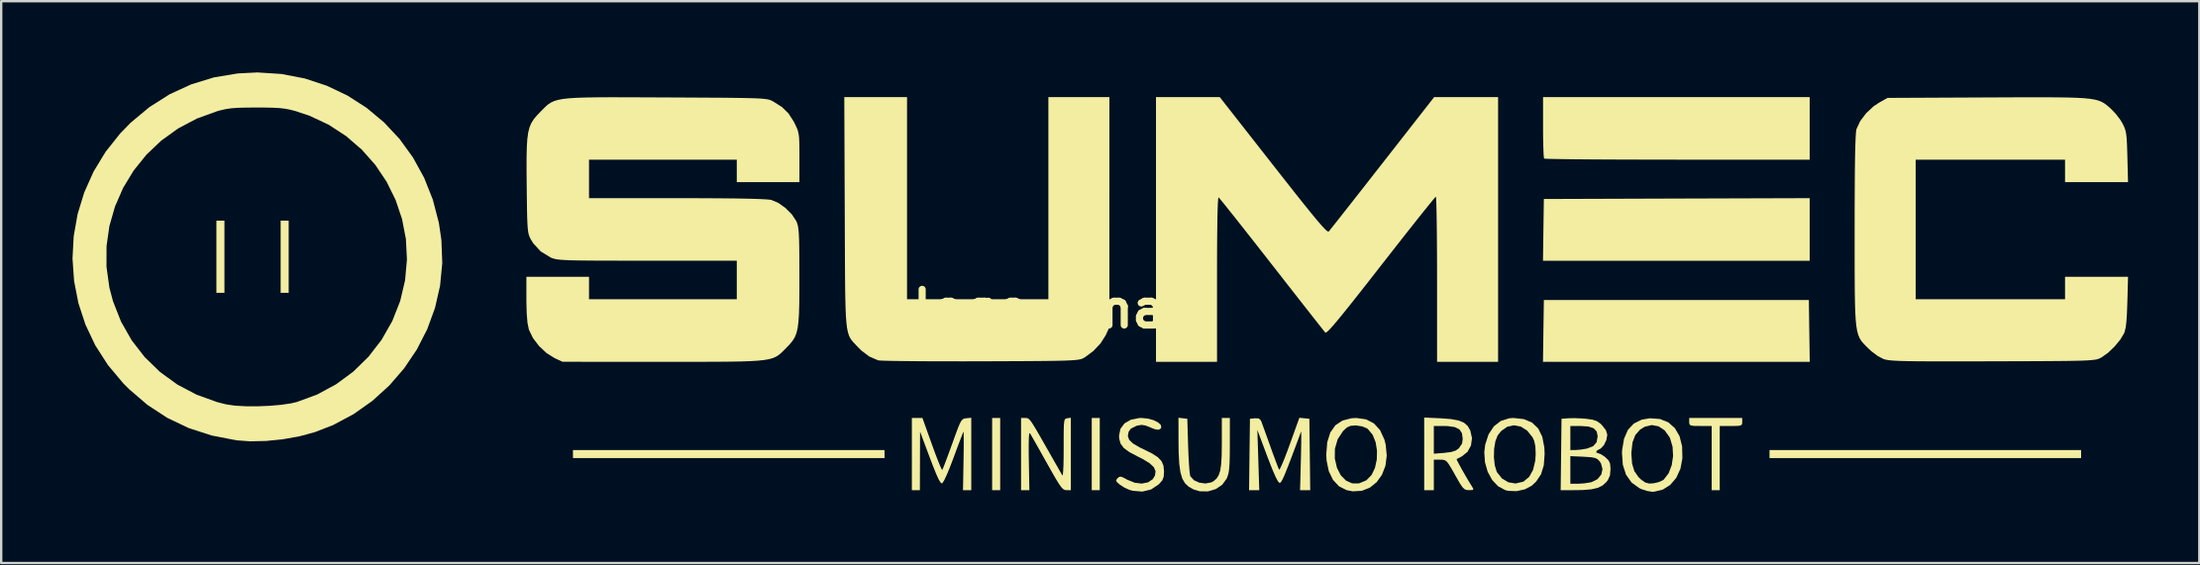
<source format=kicad_pcb>
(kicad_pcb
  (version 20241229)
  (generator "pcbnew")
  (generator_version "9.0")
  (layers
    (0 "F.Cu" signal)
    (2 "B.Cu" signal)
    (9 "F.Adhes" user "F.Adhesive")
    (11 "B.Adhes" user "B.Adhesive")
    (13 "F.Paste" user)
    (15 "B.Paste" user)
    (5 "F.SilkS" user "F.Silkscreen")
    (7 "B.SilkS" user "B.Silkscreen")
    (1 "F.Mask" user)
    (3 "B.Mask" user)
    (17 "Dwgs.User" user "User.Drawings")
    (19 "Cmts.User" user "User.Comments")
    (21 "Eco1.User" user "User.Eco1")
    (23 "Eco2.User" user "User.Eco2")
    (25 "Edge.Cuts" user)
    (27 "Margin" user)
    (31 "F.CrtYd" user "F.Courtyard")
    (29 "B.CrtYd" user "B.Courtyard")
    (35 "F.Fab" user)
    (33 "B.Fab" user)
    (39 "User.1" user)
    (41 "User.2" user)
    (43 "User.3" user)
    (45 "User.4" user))
  (footprint "logo small"
    (layer "F.Cu")
    (at 41.45 9.955)
    (property "Reference" "logo small" (at 0 0 0) (layer "F.SilkS") (effects (font (size 1.5 1.5) (thickness 0.3))))
    (attr board_only exclude_from_pos_files exclude_from_bom)
    (fp_poly (pts (xy -35.06 -2.195) (xy -35.06 -0.676) (xy -35.229 -0.676) (xy -35.398 -0.676) (xy -35.398 -2.195) (xy -35.398 -3.715) (xy -35.229 -3.715) (xy -35.06 -3.715)) (stroke (width 0) (type solid)) (fill yes) (layer "F.SilkS"))
    (fp_poly (pts (xy -32.358 -2.195) (xy -32.358 -0.676) (xy -32.527 -0.676) (xy -32.696 -0.676) (xy -32.696 -2.195) (xy -32.696 -3.715) (xy -32.527 -3.715) (xy -32.358 -3.715)) (stroke (width 0) (type solid)) (fill yes) (layer "F.SilkS"))
    (fp_poly (pts (xy -7.296 6.114) (xy -7.296 6.282) (xy -13.848 6.282) (xy -20.401 6.282) (xy -20.401 6.114) (xy -20.401 5.945) (xy -13.848 5.945) (xy -7.296 5.945)) (stroke (width 0) (type solid)) (fill yes) (layer "F.SilkS"))
    (fp_poly (pts (xy -2.432 6.114) (xy -2.432 7.634) (xy -2.601 7.634) (xy -2.77 7.634) (xy -2.77 6.114) (xy -2.77 4.594) (xy -2.601 4.594) (xy -2.432 4.594)) (stroke (width 0) (type solid)) (fill yes) (layer "F.SilkS"))
    (fp_poly (pts (xy 1.756 6.114) (xy 1.756 7.634) (xy 1.587 7.634) (xy 1.419 7.634) (xy 1.419 6.114) (xy 1.419 4.594) (xy 1.587 4.594) (xy 1.756 4.594)) (stroke (width 0) (type solid)) (fill yes) (layer "F.SilkS"))
    (fp_poly (pts (xy 31.599 0.929) (xy 31.618 2.229) (xy 26.008 2.229) (xy 20.398 2.229) (xy 20.416 0.929) (xy 20.435 -0.372) (xy 26.008 -0.372) (xy 31.581 -0.372)) (stroke (width 0) (type solid)) (fill yes) (layer "F.SilkS"))
    (fp_poly (pts (xy 31.615 -3.344) (xy 31.615 -2.027) (xy 26.007 -2.027) (xy 20.398 -2.027) (xy 20.416 -3.327) (xy 20.435 -4.627) (xy 26.025 -4.645) (xy 31.615 -4.662)) (stroke (width 0) (type solid)) (fill yes) (layer "F.SilkS"))
    (fp_poly (pts (xy 43.031 6.114) (xy 43.031 6.282) (xy 36.479 6.282) (xy 29.926 6.282) (xy 29.926 6.114) (xy 29.926 5.945) (xy 36.479 5.945) (xy 43.031 5.945)) (stroke (width 0) (type solid)) (fill yes) (layer "F.SilkS"))
    (fp_poly (pts (xy 28.778 4.763) (xy 28.771 4.851) (xy 28.73 4.901) (xy 28.627 4.925) (xy 28.431 4.931) (xy 28.305 4.931) (xy 27.832 4.931) (xy 27.832 6.282) (xy 27.832 7.634) (xy 27.663 7.634) (xy 27.494 7.634) (xy 27.494 6.282) (xy 27.494 4.931) (xy 27.021 4.931) (xy 26.774 4.929) (xy 26.633 4.914) (xy 26.568 4.877) (xy 26.549 4.808) (xy 26.548 4.763) (xy 26.548 4.594) (xy 27.663 4.594) (xy 28.778 4.594)) (stroke (width 0) (type solid)) (fill yes) (layer "F.SilkS"))
    (fp_poly (pts (xy 31.615 -7.6) (xy 31.615 -6.282) (xy 26.053 -6.282) (xy 25.198 -6.283) (xy 24.382 -6.285) (xy 23.615 -6.287) (xy 22.907 -6.29) (xy 22.269 -6.294) (xy 21.71 -6.299) (xy 21.24 -6.305) (xy 20.87 -6.311) (xy 20.61 -6.317) (xy 20.469 -6.324) (xy 20.446 -6.327) (xy 20.432 -6.406) (xy 20.42 -6.598) (xy 20.41 -6.882) (xy 20.403 -7.235) (xy 20.401 -7.635) (xy 20.401 -7.645) (xy 20.401 -8.917) (xy 26.008 -8.917) (xy 31.615 -8.917)) (stroke (width 0) (type solid)) (fill yes) (layer "F.SilkS"))
    (fp_poly (pts (xy 5.252 4.606) (xy 5.438 4.627) (xy 5.473 5.776) (xy 5.488 6.164) (xy 5.507 6.51) (xy 5.528 6.791) (xy 5.55 6.979) (xy 5.565 7.045) (xy 5.713 7.212) (xy 5.94 7.317) (xy 6.2 7.352) (xy 6.446 7.306) (xy 6.545 7.253) (xy 6.667 7.146) (xy 6.757 7.007) (xy 6.821 6.816) (xy 6.861 6.553) (xy 6.883 6.199) (xy 6.89 5.733) (xy 6.89 5.643) (xy 6.89 4.594) (xy 7.059 4.594) (xy 7.228 4.594) (xy 7.227 5.725) (xy 7.224 6.159) (xy 7.216 6.483) (xy 7.201 6.72) (xy 7.176 6.896) (xy 7.138 7.035) (xy 7.094 7.146) (xy 6.907 7.405) (xy 6.635 7.588) (xy 6.31 7.684) (xy 5.966 7.682) (xy 5.708 7.606) (xy 5.503 7.493) (xy 5.345 7.347) (xy 5.229 7.149) (xy 5.149 6.882) (xy 5.1 6.529) (xy 5.075 6.073) (xy 5.069 5.653) (xy 5.066 4.585)) (stroke (width 0) (type solid)) (fill yes) (layer "F.SilkS"))
    (fp_poly (pts (xy 12.955 4.651) (xy 13.288 4.823) (xy 13.545 5.105) (xy 13.725 5.496) (xy 13.782 5.715) (xy 13.827 6.182) (xy 13.771 6.61) (xy 13.625 6.986) (xy 13.403 7.296) (xy 13.117 7.526) (xy 12.779 7.659) (xy 12.402 7.683) (xy 12.133 7.631) (xy 11.815 7.468) (xy 11.565 7.198) (xy 11.389 6.833) (xy 11.296 6.387) (xy 11.292 6.299) (xy 11.642 6.299) (xy 11.734 6.697) (xy 11.896 7.011) (xy 12.114 7.231) (xy 12.372 7.347) (xy 12.657 7.348) (xy 12.954 7.225) (xy 12.977 7.21) (xy 13.188 6.994) (xy 13.332 6.694) (xy 13.408 6.343) (xy 13.417 5.972) (xy 13.359 5.615) (xy 13.233 5.302) (xy 13.039 5.066) (xy 12.983 5.025) (xy 12.791 4.948) (xy 12.549 4.91) (xy 12.506 4.909) (xy 12.302 4.925) (xy 12.152 4.992) (xy 11.994 5.14) (xy 11.984 5.151) (xy 11.761 5.492) (xy 11.646 5.895) (xy 11.642 6.299) (xy 11.292 6.299) (xy 11.283 6.128) (xy 11.324 5.616) (xy 11.452 5.207) (xy 11.665 4.902) (xy 11.966 4.701) (xy 12.352 4.604) (xy 12.552 4.594)) (stroke (width 0) (type solid)) (fill yes) (layer "F.SilkS"))
    (fp_poly (pts (xy 19.593 4.642) (xy 19.939 4.788) (xy 20.197 5.035) (xy 20.368 5.384) (xy 20.455 5.837) (xy 20.467 6.116) (xy 20.432 6.586) (xy 20.316 6.964) (xy 20.111 7.271) (xy 19.924 7.446) (xy 19.638 7.598) (xy 19.291 7.674) (xy 18.941 7.663) (xy 18.814 7.633) (xy 18.511 7.471) (xy 18.261 7.205) (xy 18.073 6.861) (xy 17.959 6.462) (xy 17.944 6.248) (xy 18.334 6.248) (xy 18.369 6.582) (xy 18.449 6.848) (xy 18.463 6.877) (xy 18.672 7.14) (xy 18.942 7.302) (xy 19.244 7.352) (xy 19.551 7.281) (xy 19.593 7.261) (xy 19.821 7.069) (xy 19.984 6.772) (xy 20.074 6.385) (xy 20.091 6.112) (xy 20.078 5.793) (xy 20.03 5.562) (xy 19.96 5.409) (xy 19.733 5.126) (xy 19.465 4.956) (xy 19.179 4.901) (xy 18.896 4.963) (xy 18.639 5.142) (xy 18.49 5.332) (xy 18.396 5.574) (xy 18.343 5.896) (xy 18.334 6.248) (xy 17.944 6.248) (xy 17.929 6.034) (xy 17.968 5.715) (xy 18.11 5.281) (xy 18.331 4.947) (xy 18.624 4.719) (xy 18.981 4.606) (xy 19.157 4.594)) (stroke (width 0) (type solid)) (fill yes) (layer "F.SilkS"))
    (fp_poly (pts (xy -3.648 6.109) (xy -3.648 7.634) (xy -3.822 7.634) (xy -3.996 7.634) (xy -3.974 6.389) (xy -3.968 5.998) (xy -3.965 5.66) (xy -3.966 5.395) (xy -3.969 5.224) (xy -3.975 5.168) (xy -4.005 5.236) (xy -4.073 5.41) (xy -4.171 5.668) (xy -4.291 5.989) (xy -4.391 6.261) (xy -4.544 6.662) (xy -4.677 6.984) (xy -4.785 7.213) (xy -4.861 7.334) (xy -4.882 7.35) (xy -4.937 7.315) (xy -5.015 7.188) (xy -5.121 6.958) (xy -5.259 6.615) (xy -5.391 6.269) (xy -5.802 5.168) (xy -5.806 6.401) (xy -5.81 7.634) (xy -5.978 7.634) (xy -6.147 7.634) (xy -6.147 6.114) (xy -6.147 4.594) (xy -5.925 4.594) (xy -5.702 4.594) (xy -5.304 5.707) (xy -5.174 6.065) (xy -5.057 6.371) (xy -4.962 6.605) (xy -4.896 6.748) (xy -4.87 6.784) (xy -4.836 6.711) (xy -4.765 6.532) (xy -4.666 6.27) (xy -4.547 5.946) (xy -4.453 5.687) (xy -4.313 5.298) (xy -4.208 5.017) (xy -4.129 4.827) (xy -4.064 4.71) (xy -4.004 4.646) (xy -3.939 4.617) (xy -3.861 4.606) (xy -3.648 4.585)) (stroke (width 0) (type solid)) (fill yes) (layer "F.SilkS"))
    (fp_poly (pts (xy 25.317 4.636) (xy 25.67 4.778) (xy 25.947 5.023) (xy 26.143 5.363) (xy 26.25 5.79) (xy 26.262 6.293) (xy 26.178 6.737) (xy 26.003 7.115) (xy 25.751 7.411) (xy 25.436 7.611) (xy 25.072 7.698) (xy 24.995 7.701) (xy 24.785 7.669) (xy 24.542 7.59) (xy 24.452 7.549) (xy 24.124 7.312) (xy 23.891 6.981) (xy 23.756 6.564) (xy 23.724 6.114) (xy 24.116 6.114) (xy 24.146 6.519) (xy 24.241 6.832) (xy 24.415 7.083) (xy 24.526 7.188) (xy 24.7 7.311) (xy 24.863 7.354) (xy 25.045 7.345) (xy 25.264 7.295) (xy 25.445 7.212) (xy 25.48 7.186) (xy 25.681 6.924) (xy 25.813 6.582) (xy 25.87 6.196) (xy 25.848 5.804) (xy 25.741 5.444) (xy 25.721 5.402) (xy 25.517 5.117) (xy 25.261 4.945) (xy 24.975 4.892) (xy 24.678 4.963) (xy 24.483 5.083) (xy 24.284 5.308) (xy 24.164 5.619) (xy 24.118 6.029) (xy 24.116 6.114) (xy 23.724 6.114) (xy 23.721 6.067) (xy 23.727 5.945) (xy 23.807 5.468) (xy 23.97 5.096) (xy 24.219 4.828) (xy 24.554 4.664) (xy 24.897 4.606)) (stroke (width 0) (type solid)) (fill yes) (layer "F.SilkS"))
    (fp_poly (pts (xy 10.361 4.607) (xy 10.572 4.627) (xy 10.59 6.13) (xy 10.608 7.634) (xy 10.395 7.634) (xy 10.181 7.634) (xy 10.215 6.367) (xy 10.224 5.976) (xy 10.23 5.641) (xy 10.232 5.381) (xy 10.23 5.217) (xy 10.224 5.167) (xy 10.223 5.168) (xy 10.005 5.756) (xy 9.828 6.229) (xy 9.686 6.6) (xy 9.575 6.879) (xy 9.49 7.079) (xy 9.426 7.212) (xy 9.378 7.29) (xy 9.341 7.324) (xy 9.321 7.33) (xy 9.255 7.267) (xy 9.154 7.078) (xy 9.017 6.763) (xy 8.842 6.319) (xy 8.803 6.215) (xy 8.385 5.1) (xy 8.425 6.367) (xy 8.465 7.634) (xy 8.251 7.634) (xy 8.036 7.634) (xy 8.054 6.13) (xy 8.073 4.627) (xy 8.284 4.607) (xy 8.443 4.612) (xy 8.53 4.693) (xy 8.565 4.776) (xy 8.613 4.909) (xy 8.696 5.139) (xy 8.803 5.436) (xy 8.923 5.769) (xy 8.946 5.836) (xy 9.063 6.159) (xy 9.167 6.439) (xy 9.247 6.648) (xy 9.294 6.762) (xy 9.3 6.773) (xy 9.334 6.735) (xy 9.405 6.588) (xy 9.505 6.351) (xy 9.625 6.042) (xy 9.746 5.713) (xy 10.151 4.586)) (stroke (width 0) (type solid)) (fill yes) (layer "F.SilkS"))
    (fp_poly (pts (xy 0.54 6.109) (xy 0.54 7.634) (xy 0.355 7.633) (xy 0.286 7.625) (xy 0.218 7.589) (xy 0.141 7.511) (xy 0.043 7.374) (xy -0.087 7.164) (xy -0.259 6.865) (xy -0.473 6.485) (xy -0.676 6.123) (xy -0.859 5.797) (xy -1.012 5.527) (xy -1.123 5.334) (xy -1.18 5.237) (xy -1.182 5.234) (xy -1.208 5.25) (xy -1.224 5.392) (xy -1.232 5.661) (xy -1.232 6.061) (xy -1.227 6.382) (xy -1.205 7.634) (xy -1.379 7.634) (xy -1.554 7.634) (xy -1.554 6.114) (xy -1.554 4.594) (xy -1.386 4.594) (xy -1.324 4.595) (xy -1.269 4.609) (xy -1.213 4.649) (xy -1.143 4.73) (xy -1.052 4.866) (xy -0.927 5.071) (xy -0.759 5.36) (xy -0.539 5.747) (xy -0.445 5.911) (xy -0.253 6.249) (xy -0.081 6.551) (xy 0.058 6.794) (xy 0.152 6.958) (xy 0.186 7.017) (xy 0.203 6.983) (xy 0.217 6.833) (xy 0.229 6.586) (xy 0.236 6.261) (xy 0.238 5.877) (xy 0.238 5.868) (xy 0.238 5.431) (xy 0.24 5.111) (xy 0.247 4.888) (xy 0.261 4.746) (xy 0.284 4.664) (xy 0.318 4.625) (xy 0.365 4.609) (xy 0.388 4.606) (xy 0.54 4.584)) (stroke (width 0) (type solid)) (fill yes) (layer "F.SilkS"))
    (fp_poly (pts (xy -6.35 -4.661) (xy -6.35 -0.405) (xy -3.378 -0.405) (xy -0.405 -0.405) (xy -0.405 -4.661) (xy -0.405 -8.917) (xy 0.878 -8.917) (xy 2.162 -8.917) (xy 2.161 -4.07) (xy 2.16 0.777) (xy 2.003 1.115) (xy 1.789 1.453) (xy 1.485 1.774) (xy 1.134 2.036) (xy 1.068 2.073) (xy 1.015 2.099) (xy 0.947 2.12) (xy 0.855 2.139) (xy 0.727 2.154) (xy 0.554 2.166) (xy 0.325 2.177) (xy 0.029 2.185) (xy -0.344 2.191) (xy -0.805 2.196) (xy -1.363 2.2) (xy -2.031 2.203) (xy -2.818 2.206) (xy -3.276 2.208) (xy -4.015 2.209) (xy -4.716 2.208) (xy -5.368 2.207) (xy -5.959 2.203) (xy -6.476 2.198) (xy -6.908 2.192) (xy -7.241 2.185) (xy -7.465 2.177) (xy -7.565 2.167) (xy -7.566 2.167) (xy -7.94 2.005) (xy -8.277 1.75) (xy -8.428 1.597) (xy -8.525 1.494) (xy -8.609 1.405) (xy -8.682 1.318) (xy -8.743 1.225) (xy -8.795 1.116) (xy -8.837 0.98) (xy -8.872 0.808) (xy -8.899 0.591) (xy -8.92 0.318) (xy -8.935 -0.02) (xy -8.946 -0.434) (xy -8.954 -0.933) (xy -8.959 -1.527) (xy -8.963 -2.225) (xy -8.966 -3.038) (xy -8.969 -3.976) (xy -8.97 -4.07) (xy -8.989 -8.917) (xy -7.669 -8.917) (xy -6.35 -8.917)) (stroke (width 0) (type solid)) (fill yes) (layer "F.SilkS"))
    (fp_poly (pts (xy 16.095 4.607) (xy 16.527 4.64) (xy 16.847 4.699) (xy 17.075 4.793) (xy 17.232 4.931) (xy 17.339 5.118) (xy 17.412 5.441) (xy 17.37 5.752) (xy 17.225 6.019) (xy 16.985 6.212) (xy 16.982 6.213) (xy 16.841 6.285) (xy 16.765 6.325) (xy 16.764 6.326) (xy 16.786 6.385) (xy 16.861 6.531) (xy 16.974 6.737) (xy 17.108 6.972) (xy 17.246 7.209) (xy 17.374 7.418) (xy 17.414 7.482) (xy 17.471 7.584) (xy 17.442 7.625) (xy 17.304 7.632) (xy 17.284 7.632) (xy 17.181 7.625) (xy 17.096 7.591) (xy 17.013 7.509) (xy 16.91 7.358) (xy 16.771 7.118) (xy 16.699 6.99) (xy 16.54 6.709) (xy 16.427 6.526) (xy 16.34 6.418) (xy 16.258 6.367) (xy 16.162 6.351) (xy 16.074 6.35) (xy 15.807 6.35) (xy 15.807 6.992) (xy 15.807 7.634) (xy 15.605 7.634) (xy 15.402 7.634) (xy 15.402 6.105) (xy 15.402 4.931) (xy 15.807 4.931) (xy 15.807 5.515) (xy 15.807 6.098) (xy 16.251 6.063) (xy 16.537 6.026) (xy 16.73 5.964) (xy 16.859 5.873) (xy 16.994 5.673) (xy 17.022 5.477) (xy 16.99 5.237) (xy 16.884 5.074) (xy 16.688 4.977) (xy 16.386 4.935) (xy 16.217 4.931) (xy 15.807 4.931) (xy 15.402 4.931) (xy 15.402 4.576)) (stroke (width 0) (type solid)) (fill yes) (layer "F.SilkS"))
    (fp_poly (pts (xy 3.778 4.619) (xy 4.017 4.685) (xy 4.207 4.78) (xy 4.324 4.888) (xy 4.345 4.997) (xy 4.3 5.058) (xy 4.208 5.092) (xy 4.061 5.063) (xy 3.884 4.992) (xy 3.671 4.908) (xy 3.512 4.885) (xy 3.344 4.914) (xy 3.297 4.927) (xy 3.066 5.041) (xy 2.971 5.172) (xy 2.937 5.354) (xy 2.993 5.514) (xy 3.152 5.667) (xy 3.425 5.828) (xy 3.596 5.91) (xy 3.955 6.088) (xy 4.202 6.249) (xy 4.356 6.414) (xy 4.436 6.602) (xy 4.458 6.835) (xy 4.459 6.842) (xy 4.446 7.063) (xy 4.39 7.215) (xy 4.263 7.362) (xy 4.227 7.396) (xy 3.913 7.605) (xy 3.545 7.693) (xy 3.139 7.658) (xy 2.998 7.619) (xy 2.795 7.527) (xy 2.597 7.398) (xy 2.593 7.394) (xy 2.47 7.285) (xy 2.444 7.212) (xy 2.501 7.133) (xy 2.505 7.129) (xy 2.579 7.07) (xy 2.663 7.068) (xy 2.798 7.128) (xy 2.91 7.191) (xy 3.222 7.319) (xy 3.523 7.356) (xy 3.787 7.304) (xy 3.988 7.168) (xy 4.08 7.012) (xy 4.102 6.833) (xy 4.029 6.665) (xy 3.85 6.497) (xy 3.556 6.317) (xy 3.341 6.21) (xy 2.999 6.029) (xy 2.769 5.86) (xy 2.634 5.68) (xy 2.574 5.469) (xy 2.567 5.338) (xy 2.627 5.048) (xy 2.798 4.82) (xy 3.066 4.666) (xy 3.417 4.596) (xy 3.513 4.594)) (stroke (width 0) (type solid)) (fill yes) (layer "F.SilkS"))
    (fp_poly (pts (xy 22.015 4.612) (xy 22.222 4.629) (xy 22.482 4.666) (xy 22.659 4.725) (xy 22.805 4.826) (xy 22.88 4.898) (xy 23.044 5.108) (xy 23.103 5.298) (xy 23.103 5.3) (xy 23.063 5.525) (xy 22.961 5.736) (xy 22.825 5.881) (xy 22.766 5.911) (xy 22.656 5.975) (xy 22.637 6.045) (xy 22.719 6.08) (xy 22.726 6.08) (xy 22.837 6.121) (xy 22.99 6.222) (xy 23.03 6.255) (xy 23.161 6.385) (xy 23.222 6.525) (xy 23.238 6.732) (xy 23.238 6.756) (xy 23.215 7.01) (xy 23.13 7.202) (xy 23.065 7.289) (xy 22.906 7.435) (xy 22.701 7.536) (xy 22.426 7.599) (xy 22.057 7.628) (xy 21.768 7.633) (xy 21.142 7.634) (xy 21.159 6.201) (xy 21.549 6.201) (xy 21.549 6.782) (xy 21.549 7.363) (xy 21.87 7.363) (xy 22.13 7.347) (xy 22.382 7.307) (xy 22.443 7.293) (xy 22.693 7.168) (xy 22.849 6.976) (xy 22.901 6.746) (xy 22.837 6.506) (xy 22.772 6.409) (xy 22.69 6.328) (xy 22.581 6.276) (xy 22.413 6.246) (xy 22.148 6.228) (xy 22.097 6.225) (xy 21.549 6.201) (xy 21.159 6.201) (xy 21.16 6.13) (xy 21.174 4.931) (xy 21.549 4.931) (xy 21.549 5.438) (xy 21.549 5.945) (xy 21.769 5.943) (xy 21.986 5.926) (xy 22.228 5.886) (xy 22.257 5.879) (xy 22.51 5.78) (xy 22.652 5.617) (xy 22.698 5.371) (xy 22.698 5.361) (xy 22.657 5.16) (xy 22.527 5.026) (xy 22.295 4.952) (xy 21.974 4.931) (xy 21.549 4.931) (xy 21.174 4.931) (xy 21.178 4.627) (xy 21.482 4.605) (xy 21.72 4.6)) (stroke (width 0) (type solid)) (fill yes) (layer "F.SilkS"))
    (fp_poly (pts (xy 9.054 -6.043) (xy 9.562 -5.396) (xy 9.993 -4.849) (xy 10.354 -4.396) (xy 10.65 -4.029) (xy 10.887 -3.742) (xy 11.071 -3.528) (xy 11.207 -3.38) (xy 11.302 -3.29) (xy 11.36 -3.253) (xy 11.386 -3.257) (xy 11.442 -3.325) (xy 11.573 -3.49) (xy 11.771 -3.741) (xy 12.028 -4.068) (xy 12.336 -4.46) (xy 12.687 -4.907) (xy 13.072 -5.399) (xy 13.484 -5.926) (xy 13.644 -6.13) (xy 15.821 -8.917) (xy 17.166 -8.917) (xy 18.51 -8.917) (xy 18.51 -3.344) (xy 18.51 2.229) (xy 17.226 2.229) (xy 15.943 2.229) (xy 15.943 -1.25) (xy 15.942 -1.921) (xy 15.939 -2.549) (xy 15.935 -3.122) (xy 15.929 -3.628) (xy 15.922 -4.052) (xy 15.914 -4.384) (xy 15.905 -4.61) (xy 15.895 -4.718) (xy 15.892 -4.725) (xy 15.842 -4.673) (xy 15.717 -4.523) (xy 15.525 -4.286) (xy 15.273 -3.972) (xy 14.969 -3.589) (xy 14.621 -3.149) (xy 14.237 -2.659) (xy 13.824 -2.131) (xy 13.581 -1.82) (xy 13.069 -1.164) (xy 12.634 -0.61) (xy 12.269 -0.149) (xy 11.97 0.223) (xy 11.73 0.515) (xy 11.545 0.732) (xy 11.408 0.881) (xy 11.315 0.968) (xy 11.26 1.001) (xy 11.242 0.997) (xy 11.186 0.929) (xy 11.055 0.764) (xy 10.858 0.513) (xy 10.601 0.187) (xy 10.294 -0.205) (xy 9.944 -0.652) (xy 9.559 -1.144) (xy 9.148 -1.671) (xy 8.991 -1.871) (xy 8.573 -2.407) (xy 8.179 -2.91) (xy 7.817 -3.37) (xy 7.495 -3.779) (xy 7.22 -4.124) (xy 7.002 -4.397) (xy 6.847 -4.588) (xy 6.765 -4.685) (xy 6.754 -4.696) (xy 6.738 -4.639) (xy 6.724 -4.451) (xy 6.712 -4.133) (xy 6.702 -3.689) (xy 6.695 -3.121) (xy 6.69 -2.432) (xy 6.688 -1.626) (xy 6.688 -1.254) (xy 6.688 2.229) (xy 5.404 2.229) (xy 4.121 2.229) (xy 4.121 -3.344) (xy 4.121 -8.917) (xy 5.462 -8.917) (xy 6.803 -8.917)) (stroke (width 0) (type solid)) (fill yes) (layer "F.SilkS"))
    (fp_poly (pts (xy 41.983 -8.906) (xy 42.451 -8.9) (xy 42.837 -8.888) (xy 43.151 -8.87) (xy 43.403 -8.845) (xy 43.603 -8.812) (xy 43.764 -8.77) (xy 43.893 -8.718) (xy 44.003 -8.656) (xy 44.104 -8.582) (xy 44.206 -8.496) (xy 44.273 -8.437) (xy 44.485 -8.217) (xy 44.682 -7.959) (xy 44.771 -7.811) (xy 44.84 -7.67) (xy 44.89 -7.537) (xy 44.924 -7.385) (xy 44.947 -7.187) (xy 44.962 -6.916) (xy 44.974 -6.545) (xy 44.978 -6.401) (xy 45.005 -5.337) (xy 43.68 -5.337) (xy 42.356 -5.337) (xy 42.356 -5.81) (xy 42.356 -6.282) (xy 39.215 -6.282) (xy 36.073 -6.282) (xy 36.073 -3.344) (xy 36.073 -0.405) (xy 39.215 -0.405) (xy 42.356 -0.405) (xy 42.356 -0.878) (xy 42.356 -1.351) (xy 43.68 -1.351) (xy 45.005 -1.351) (xy 44.977 -0.287) (xy 44.96 0.182) (xy 44.937 0.534) (xy 44.905 0.791) (xy 44.861 0.97) (xy 44.84 1.026) (xy 44.679 1.296) (xy 44.441 1.584) (xy 44.167 1.847) (xy 43.898 2.038) (xy 43.879 2.049) (xy 43.821 2.079) (xy 43.761 2.104) (xy 43.688 2.126) (xy 43.591 2.143) (xy 43.46 2.158) (xy 43.284 2.17) (xy 43.054 2.18) (xy 42.758 2.187) (xy 42.386 2.193) (xy 41.928 2.197) (xy 41.374 2.201) (xy 40.713 2.204) (xy 39.934 2.206) (xy 39.316 2.208) (xy 38.435 2.21) (xy 37.68 2.211) (xy 37.038 2.211) (xy 36.501 2.209) (xy 36.058 2.206) (xy 35.699 2.2) (xy 35.412 2.192) (xy 35.189 2.182) (xy 35.019 2.169) (xy 34.891 2.153) (xy 34.796 2.134) (xy 34.724 2.113) (xy 34.482 1.988) (xy 34.214 1.787) (xy 34.077 1.661) (xy 33.964 1.548) (xy 33.866 1.446) (xy 33.784 1.344) (xy 33.715 1.231) (xy 33.659 1.097) (xy 33.613 0.93) (xy 33.578 0.721) (xy 33.551 0.457) (xy 33.532 0.129) (xy 33.52 -0.275) (xy 33.512 -0.765) (xy 33.508 -1.352) (xy 33.506 -2.047) (xy 33.506 -2.861) (xy 33.506 -3.331) (xy 33.507 -4.291) (xy 33.511 -5.12) (xy 33.516 -5.822) (xy 33.524 -6.401) (xy 33.535 -6.86) (xy 33.548 -7.204) (xy 33.563 -7.437) (xy 33.581 -7.563) (xy 33.583 -7.569) (xy 33.739 -7.905) (xy 33.991 -8.239) (xy 34.303 -8.529) (xy 34.52 -8.674) (xy 34.891 -8.883) (xy 39.072 -8.902) (xy 39.976 -8.906) (xy 40.756 -8.909) (xy 41.421 -8.909)) (stroke (width 0) (type solid)) (fill yes) (layer "F.SilkS"))
    (fp_poly (pts (xy -32.659 -9.89) (xy -31.684 -9.702) (xy -30.758 -9.397) (xy -29.888 -8.983) (xy -29.082 -8.466) (xy -28.349 -7.854) (xy -27.695 -7.155) (xy -27.13 -6.374) (xy -26.661 -5.52) (xy -26.295 -4.6) (xy -26.041 -3.621) (xy -25.934 -2.898) (xy -25.898 -1.928) (xy -25.991 -0.971) (xy -26.204 -0.039) (xy -26.531 0.857) (xy -26.965 1.707) (xy -27.499 2.501) (xy -28.126 3.227) (xy -28.839 3.874) (xy -29.63 4.433) (xy -30.493 4.893) (xy -31.268 5.194) (xy -31.903 5.365) (xy -32.595 5.489) (xy -33.3 5.561) (xy -33.974 5.577) (xy -34.553 5.535) (xy -35.596 5.332) (xy -36.564 5.018) (xy -37.464 4.589) (xy -38.3 4.042) (xy -39.076 3.376) (xy -39.317 3.133) (xy -39.963 2.362) (xy -40.493 1.535) (xy -40.906 0.662) (xy -41.203 -0.245) (xy -41.384 -1.174) (xy -41.426 -1.773) (xy -40.021 -1.773) (xy -39.899 -0.897) (xy -39.749 -0.328) (xy -39.41 0.535) (xy -38.961 1.325) (xy -38.41 2.036) (xy -37.766 2.66) (xy -37.037 3.188) (xy -36.232 3.613) (xy -35.361 3.927) (xy -34.993 4.02) (xy -34.636 4.073) (xy -34.187 4.1) (xy -33.684 4.103) (xy -33.168 4.082) (xy -32.677 4.04) (xy -32.252 3.977) (xy -32.02 3.923) (xy -31.164 3.608) (xy -30.368 3.178) (xy -29.643 2.644) (xy -29 2.015) (xy -28.449 1.301) (xy -28.001 0.514) (xy -27.669 -0.328) (xy -27.462 -1.203) (xy -27.384 -2.077) (xy -27.428 -2.941) (xy -27.59 -3.782) (xy -27.862 -4.59) (xy -28.239 -5.354) (xy -28.715 -6.063) (xy -29.284 -6.706) (xy -29.94 -7.273) (xy -30.676 -7.753) (xy -31.488 -8.134) (xy -32.054 -8.323) (xy -32.283 -8.384) (xy -32.5 -8.426) (xy -32.736 -8.454) (xy -33.024 -8.47) (xy -33.393 -8.477) (xy -33.709 -8.478) (xy -34.153 -8.475) (xy -34.493 -8.466) (xy -34.761 -8.447) (xy -34.987 -8.415) (xy -35.205 -8.367) (xy -35.364 -8.323) (xy -36.221 -8.012) (xy -37.008 -7.596) (xy -37.717 -7.085) (xy -38.343 -6.49) (xy -38.88 -5.822) (xy -39.322 -5.093) (xy -39.663 -4.312) (xy -39.898 -3.491) (xy -40.019 -2.641) (xy -40.021 -1.773) (xy -41.426 -1.773) (xy -41.45 -2.116) (xy -41.4 -3.059) (xy -41.236 -3.991) (xy -40.957 -4.902) (xy -40.564 -5.781) (xy -40.057 -6.616) (xy -39.436 -7.396) (xy -39.006 -7.837) (xy -38.217 -8.495) (xy -37.366 -9.035) (xy -36.46 -9.452) (xy -35.503 -9.746) (xy -34.502 -9.913) (xy -33.675 -9.955)) (stroke (width 0) (type solid)) (fill yes) (layer "F.SilkS"))
    (fp_poly (pts (xy -18.152 -8.909) (xy -17.37 -8.906) (xy -16.463 -8.902) (xy -16.442 -8.902) (xy -15.587 -8.898) (xy -14.857 -8.894) (xy -14.24 -8.891) (xy -13.727 -8.886) (xy -13.307 -8.88) (xy -12.969 -8.873) (xy -12.703 -8.865) (xy -12.497 -8.854) (xy -12.343 -8.84) (xy -12.228 -8.824) (xy -12.142 -8.804) (xy -12.075 -8.78) (xy -12.016 -8.752) (xy -11.983 -8.734) (xy -11.613 -8.501) (xy -11.338 -8.232) (xy -11.115 -7.886) (xy -11.083 -7.823) (xy -11.004 -7.661) (xy -10.948 -7.523) (xy -10.912 -7.38) (xy -10.89 -7.206) (xy -10.88 -6.971) (xy -10.876 -6.648) (xy -10.876 -6.373) (xy -10.876 -5.337) (xy -12.193 -5.337) (xy -13.511 -5.337) (xy -13.511 -5.81) (xy -13.511 -6.282) (xy -16.618 -6.282) (xy -19.726 -6.282) (xy -19.726 -5.472) (xy -19.726 -4.661) (xy -16.04 -4.661) (xy -15.083 -4.66) (xy -14.259 -4.656) (xy -13.567 -4.649) (xy -13.005 -4.639) (xy -12.572 -4.626) (xy -12.266 -4.61) (xy -12.084 -4.592) (xy -12.055 -4.586) (xy -11.761 -4.46) (xy -11.46 -4.245) (xy -11.195 -3.98) (xy -11.01 -3.7) (xy -11.003 -3.684) (xy -10.967 -3.595) (xy -10.939 -3.489) (xy -10.917 -3.353) (xy -10.902 -3.168) (xy -10.891 -2.92) (xy -10.884 -2.592) (xy -10.88 -2.167) (xy -10.878 -1.631) (xy -10.878 -1.38) (xy -10.878 -0.734) (xy -10.883 -0.207) (xy -10.895 0.217) (xy -10.918 0.554) (xy -10.953 0.82) (xy -11.005 1.031) (xy -11.076 1.204) (xy -11.17 1.354) (xy -11.289 1.497) (xy -11.436 1.649) (xy -11.446 1.659) (xy -11.556 1.77) (xy -11.655 1.866) (xy -11.754 1.947) (xy -11.863 2.015) (xy -11.993 2.072) (xy -12.154 2.117) (xy -12.356 2.153) (xy -12.61 2.18) (xy -12.928 2.2) (xy -13.318 2.214) (xy -13.791 2.222) (xy -14.359 2.227) (xy -15.031 2.229) (xy -15.819 2.229) (xy -16.647 2.229) (xy -20.84 2.228) (xy -21.179 2.07) (xy -21.513 1.86) (xy -21.826 1.567) (xy -22.083 1.23) (xy -22.249 0.888) (xy -22.258 0.859) (xy -22.313 0.588) (xy -22.346 0.205) (xy -22.36 -0.3) (xy -22.36 -0.418) (xy -22.36 -1.351) (xy -21.043 -1.351) (xy -19.726 -1.351) (xy -19.726 -0.878) (xy -19.726 -0.405) (xy -16.618 -0.405) (xy -13.511 -0.405) (xy -13.511 -1.216) (xy -13.511 -2.027) (xy -17.277 -2.028) (xy -18.086 -2.029) (xy -18.772 -2.03) (xy -19.346 -2.031) (xy -19.818 -2.035) (xy -20.201 -2.039) (xy -20.505 -2.046) (xy -20.741 -2.056) (xy -20.922 -2.068) (xy -21.058 -2.083) (xy -21.161 -2.102) (xy -21.243 -2.125) (xy -21.313 -2.152) (xy -21.347 -2.167) (xy -21.758 -2.419) (xy -22.073 -2.762) (xy -22.181 -2.939) (xy -22.223 -3.023) (xy -22.256 -3.113) (xy -22.282 -3.224) (xy -22.301 -3.375) (xy -22.316 -3.581) (xy -22.327 -3.858) (xy -22.335 -4.223) (xy -22.341 -4.692) (xy -22.347 -5.193) (xy -22.353 -5.844) (xy -22.352 -6.377) (xy -22.342 -6.807) (xy -22.321 -7.151) (xy -22.284 -7.424) (xy -22.228 -7.644) (xy -22.151 -7.827) (xy -22.049 -7.988) (xy -21.92 -8.143) (xy -21.759 -8.31) (xy -21.749 -8.321) (xy -21.634 -8.437) (xy -21.53 -8.538) (xy -21.428 -8.623) (xy -21.315 -8.695) (xy -21.183 -8.754) (xy -21.02 -8.801) (xy -20.817 -8.839) (xy -20.562 -8.867) (xy -20.245 -8.887) (xy -19.856 -8.9) (xy -19.385 -8.907) (xy -18.82 -8.91)) (stroke (width 0) (type solid)) (fill yes) (layer "F.SilkS")))
  (gr_rect
    (start -3 -3)
    (end 89.454 20.656)
    (stroke (width 0.1) (type default))
    (fill no)
    (layer "Edge.Cuts")))
</source>
